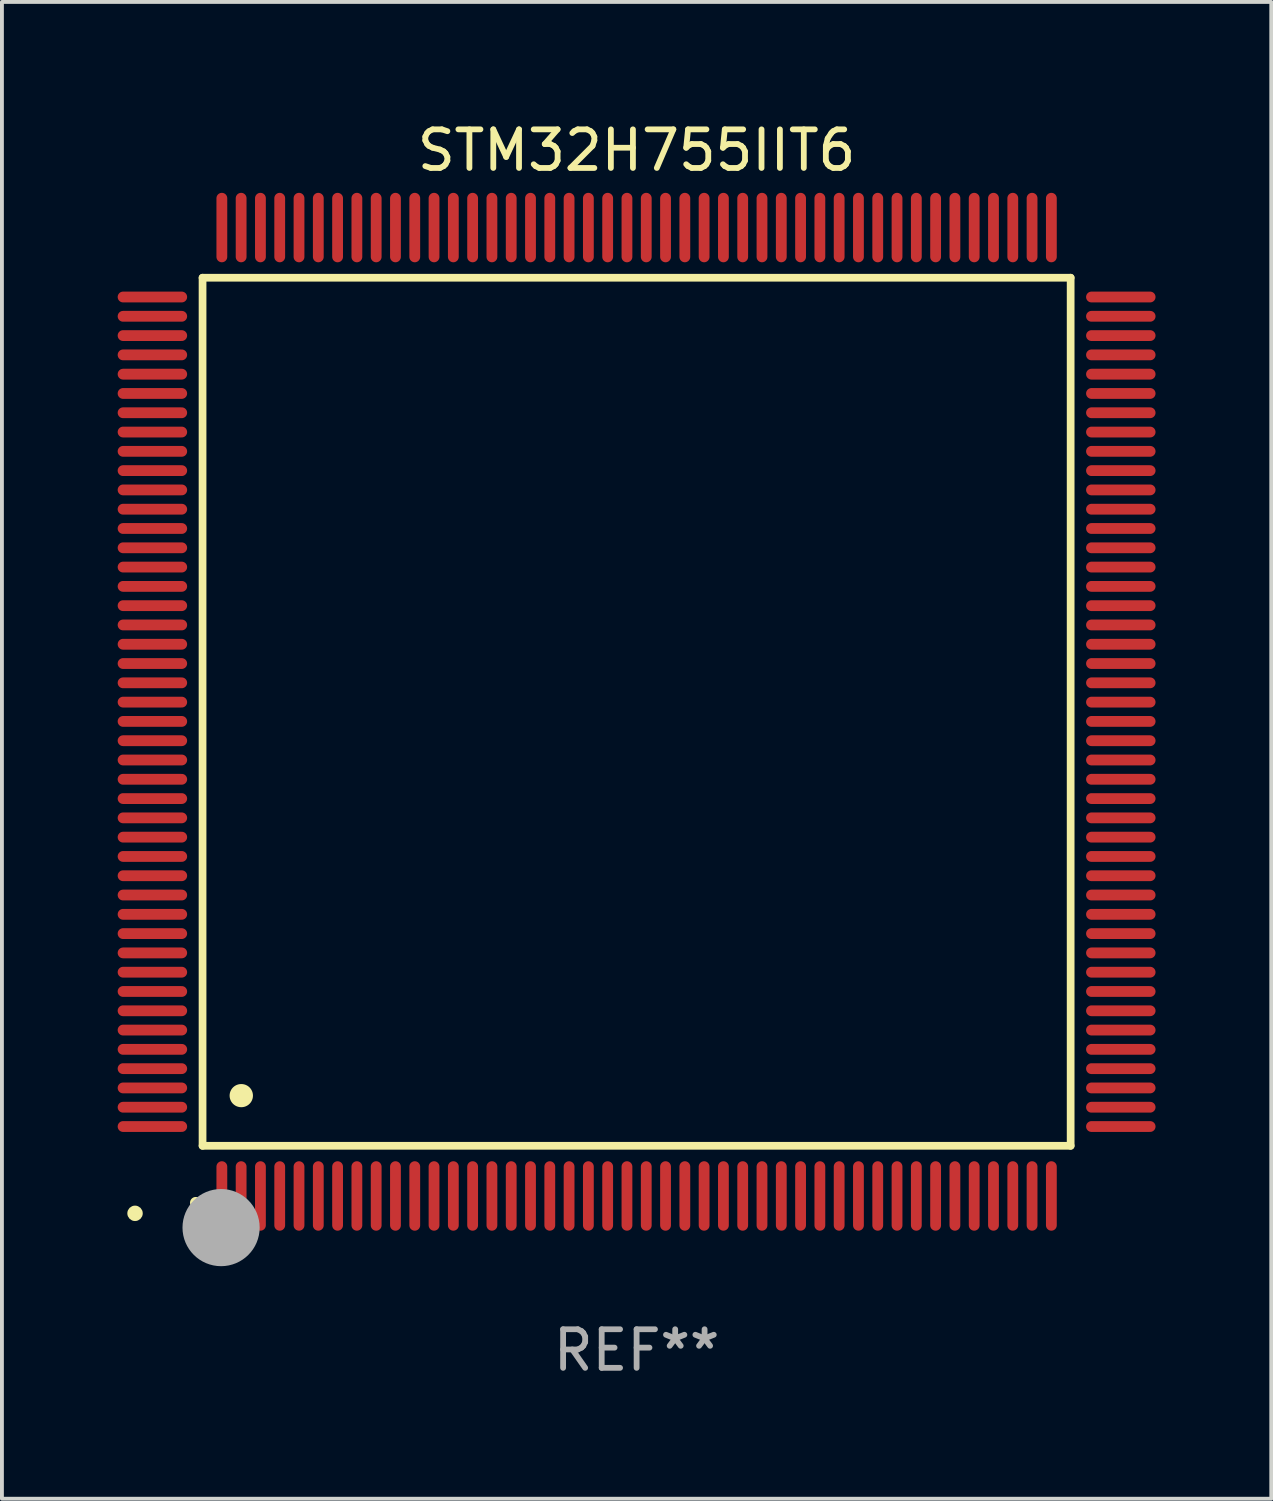
<source format=kicad_pcb>
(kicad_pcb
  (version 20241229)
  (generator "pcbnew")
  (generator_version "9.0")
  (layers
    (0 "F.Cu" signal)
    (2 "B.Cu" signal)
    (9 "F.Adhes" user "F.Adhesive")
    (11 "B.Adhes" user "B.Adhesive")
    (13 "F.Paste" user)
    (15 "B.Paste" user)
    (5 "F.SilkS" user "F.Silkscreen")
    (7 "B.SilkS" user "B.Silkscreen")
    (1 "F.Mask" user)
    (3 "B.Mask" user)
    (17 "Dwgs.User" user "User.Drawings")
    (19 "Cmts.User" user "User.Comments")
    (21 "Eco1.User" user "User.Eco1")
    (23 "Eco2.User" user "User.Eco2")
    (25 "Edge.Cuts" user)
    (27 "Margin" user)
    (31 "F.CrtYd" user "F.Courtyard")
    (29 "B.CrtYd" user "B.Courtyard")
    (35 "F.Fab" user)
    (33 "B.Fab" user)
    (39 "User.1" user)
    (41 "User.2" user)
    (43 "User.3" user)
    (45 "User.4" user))
  (footprint "STM32H755IIT6"
    (layer "F.Cu")
    (at 13.45 15.398)
    (property "Reference" "STM32H755IIT6" (at 0 -14.55 0) (layer "F.SilkS") (effects (font (size 1 1) (thickness 0.15))))
    (attr through_hole)
    (fp_line (start -11.25 -11.25) (end 11.25 -11.25) (stroke (width 0.2) (type solid)) (layer "F.SilkS"))
    (fp_line (start -11.25 11.25) (end -11.25 -11.25) (stroke (width 0.2) (type solid)) (layer "F.SilkS"))
    (fp_line (start 11.25 -11.25) (end 11.25 11.25) (stroke (width 0.2) (type solid)) (layer "F.SilkS"))
    (fp_line (start 11.25 11.25) (end -11.25 11.25) (stroke (width 0.2) (type solid)) (layer "F.SilkS"))
    (fp_arc (start -11.424943 12.725425) (mid -11.423673 12.72542) (end -11.422403 12.725425) (stroke (width 0.3) (type solid)) (layer "F.SilkS"))
    (fp_arc (start -10.24892 9.9492) (mid -10.24638 9.949189) (end -10.24384 9.9492) (stroke (width 0.6) (type solid)) (layer "F.SilkS"))
    (fp_circle (center -13 13) (end -12.9 13) (stroke (width 0.2) (type solid)) (fill no) (layer "F.SilkS"))
    (fp_circle (center -10.77 13.37) (end -10.27 13.37) (stroke (width 1) (type solid)) (fill no) (layer "F.Fab"))
    (fp_text user "REF**" (at 0 16.55 0) (layer "F.Fab") (effects (font (size 1 1) (thickness 0.15))))
    (pad "1" smd oval (at -10.75 12.55) (size 0.28 1.8) (layers "F.Cu" "F.Mask" "F.Paste"))
    (pad "2" smd oval (at -10.25 12.55) (size 0.28 1.8) (layers "F.Cu" "F.Mask" "F.Paste"))
    (pad "3" smd oval (at -9.75 12.55) (size 0.28 1.8) (layers "F.Cu" "F.Mask" "F.Paste"))
    (pad "4" smd oval (at -9.25 12.55) (size 0.28 1.8) (layers "F.Cu" "F.Mask" "F.Paste"))
    (pad "5" smd oval (at -8.75 12.55) (size 0.28 1.8) (layers "F.Cu" "F.Mask" "F.Paste"))
    (pad "6" smd oval (at -8.25 12.55) (size 0.28 1.8) (layers "F.Cu" "F.Mask" "F.Paste"))
    (pad "7" smd oval (at -7.75 12.55) (size 0.28 1.8) (layers "F.Cu" "F.Mask" "F.Paste"))
    (pad "8" smd oval (at -7.25 12.55) (size 0.28 1.8) (layers "F.Cu" "F.Mask" "F.Paste"))
    (pad "9" smd oval (at -6.75 12.55) (size 0.28 1.8) (layers "F.Cu" "F.Mask" "F.Paste"))
    (pad "10" smd oval (at -6.25 12.55) (size 0.28 1.8) (layers "F.Cu" "F.Mask" "F.Paste"))
    (pad "11" smd oval (at -5.75 12.55) (size 0.28 1.8) (layers "F.Cu" "F.Mask" "F.Paste"))
    (pad "12" smd oval (at -5.25 12.55) (size 0.28 1.8) (layers "F.Cu" "F.Mask" "F.Paste"))
    (pad "13" smd oval (at -4.75 12.55) (size 0.28 1.8) (layers "F.Cu" "F.Mask" "F.Paste"))
    (pad "14" smd oval (at -4.25 12.55) (size 0.28 1.8) (layers "F.Cu" "F.Mask" "F.Paste"))
    (pad "15" smd oval (at -3.75 12.55) (size 0.28 1.8) (layers "F.Cu" "F.Mask" "F.Paste"))
    (pad "16" smd oval (at -3.25 12.55) (size 0.28 1.8) (layers "F.Cu" "F.Mask" "F.Paste"))
    (pad "17" smd oval (at -2.75 12.55) (size 0.28 1.8) (layers "F.Cu" "F.Mask" "F.Paste"))
    (pad "18" smd oval (at -2.25 12.55) (size 0.28 1.8) (layers "F.Cu" "F.Mask" "F.Paste"))
    (pad "19" smd oval (at -1.75 12.55) (size 0.28 1.8) (layers "F.Cu" "F.Mask" "F.Paste"))
    (pad "20" smd oval (at -1.25 12.55) (size 0.28 1.8) (layers "F.Cu" "F.Mask" "F.Paste"))
    (pad "21" smd oval (at -0.75 12.55) (size 0.28 1.8) (layers "F.Cu" "F.Mask" "F.Paste"))
    (pad "22" smd oval (at -0.25 12.55) (size 0.28 1.8) (layers "F.Cu" "F.Mask" "F.Paste"))
    (pad "23" smd oval (at 0.25 12.55) (size 0.28 1.8) (layers "F.Cu" "F.Mask" "F.Paste"))
    (pad "24" smd oval (at 0.75 12.55) (size 0.28 1.8) (layers "F.Cu" "F.Mask" "F.Paste"))
    (pad "25" smd oval (at 1.25 12.55) (size 0.28 1.8) (layers "F.Cu" "F.Mask" "F.Paste"))
    (pad "26" smd oval (at 1.75 12.55) (size 0.28 1.8) (layers "F.Cu" "F.Mask" "F.Paste"))
    (pad "27" smd oval (at 2.25 12.55) (size 0.28 1.8) (layers "F.Cu" "F.Mask" "F.Paste"))
    (pad "28" smd oval (at 2.75 12.55) (size 0.28 1.8) (layers "F.Cu" "F.Mask" "F.Paste"))
    (pad "29" smd oval (at 3.25 12.55) (size 0.28 1.8) (layers "F.Cu" "F.Mask" "F.Paste"))
    (pad "30" smd oval (at 3.75 12.55) (size 0.28 1.8) (layers "F.Cu" "F.Mask" "F.Paste"))
    (pad "31" smd oval (at 4.25 12.55) (size 0.28 1.8) (layers "F.Cu" "F.Mask" "F.Paste"))
    (pad "32" smd oval (at 4.75 12.55) (size 0.28 1.8) (layers "F.Cu" "F.Mask" "F.Paste"))
    (pad "33" smd oval (at 5.25 12.55) (size 0.28 1.8) (layers "F.Cu" "F.Mask" "F.Paste"))
    (pad "34" smd oval (at 5.75 12.55) (size 0.28 1.8) (layers "F.Cu" "F.Mask" "F.Paste"))
    (pad "35" smd oval (at 6.25 12.55) (size 0.28 1.8) (layers "F.Cu" "F.Mask" "F.Paste"))
    (pad "36" smd oval (at 6.75 12.55) (size 0.28 1.8) (layers "F.Cu" "F.Mask" "F.Paste"))
    (pad "37" smd oval (at 7.25 12.55) (size 0.28 1.8) (layers "F.Cu" "F.Mask" "F.Paste"))
    (pad "38" smd oval (at 7.75 12.55) (size 0.28 1.8) (layers "F.Cu" "F.Mask" "F.Paste"))
    (pad "39" smd oval (at 8.25 12.55) (size 0.28 1.8) (layers "F.Cu" "F.Mask" "F.Paste"))
    (pad "40" smd oval (at 8.75 12.55) (size 0.28 1.8) (layers "F.Cu" "F.Mask" "F.Paste"))
    (pad "41" smd oval (at 9.25 12.55) (size 0.28 1.8) (layers "F.Cu" "F.Mask" "F.Paste"))
    (pad "42" smd oval (at 9.75 12.55) (size 0.28 1.8) (layers "F.Cu" "F.Mask" "F.Paste"))
    (pad "43" smd oval (at 10.25 12.55) (size 0.28 1.8) (layers "F.Cu" "F.Mask" "F.Paste"))
    (pad "44" smd oval (at 10.75 12.55) (size 0.28 1.8) (layers "F.Cu" "F.Mask" "F.Paste"))
    (pad "45" smd oval (at 12.55 10.75) (size 1.8 0.28) (layers "F.Cu" "F.Mask" "F.Paste"))
    (pad "46" smd oval (at 12.55 10.25) (size 1.8 0.28) (layers "F.Cu" "F.Mask" "F.Paste"))
    (pad "47" smd oval (at 12.55 9.75) (size 1.8 0.28) (layers "F.Cu" "F.Mask" "F.Paste"))
    (pad "48" smd oval (at 12.55 9.25) (size 1.8 0.28) (layers "F.Cu" "F.Mask" "F.Paste"))
    (pad "49" smd oval (at 12.55 8.75) (size 1.8 0.28) (layers "F.Cu" "F.Mask" "F.Paste"))
    (pad "50" smd oval (at 12.55 8.25) (size 1.8 0.28) (layers "F.Cu" "F.Mask" "F.Paste"))
    (pad "51" smd oval (at 12.55 7.75) (size 1.8 0.28) (layers "F.Cu" "F.Mask" "F.Paste"))
    (pad "52" smd oval (at 12.55 7.25) (size 1.8 0.28) (layers "F.Cu" "F.Mask" "F.Paste"))
    (pad "53" smd oval (at 12.55 6.75) (size 1.8 0.28) (layers "F.Cu" "F.Mask" "F.Paste"))
    (pad "54" smd oval (at 12.55 6.25) (size 1.8 0.28) (layers "F.Cu" "F.Mask" "F.Paste"))
    (pad "55" smd oval (at 12.55 5.75) (size 1.8 0.28) (layers "F.Cu" "F.Mask" "F.Paste"))
    (pad "56" smd oval (at 12.55 5.25) (size 1.8 0.28) (layers "F.Cu" "F.Mask" "F.Paste"))
    (pad "57" smd oval (at 12.55 4.75) (size 1.8 0.28) (layers "F.Cu" "F.Mask" "F.Paste"))
    (pad "58" smd oval (at 12.55 4.25) (size 1.8 0.28) (layers "F.Cu" "F.Mask" "F.Paste"))
    (pad "59" smd oval (at 12.55 3.75) (size 1.8 0.28) (layers "F.Cu" "F.Mask" "F.Paste"))
    (pad "60" smd oval (at 12.55 3.25) (size 1.8 0.28) (layers "F.Cu" "F.Mask" "F.Paste"))
    (pad "61" smd oval (at 12.55 2.75) (size 1.8 0.28) (layers "F.Cu" "F.Mask" "F.Paste"))
    (pad "62" smd oval (at 12.55 2.25) (size 1.8 0.28) (layers "F.Cu" "F.Mask" "F.Paste"))
    (pad "63" smd oval (at 12.55 1.75) (size 1.8 0.28) (layers "F.Cu" "F.Mask" "F.Paste"))
    (pad "64" smd oval (at 12.55 1.25) (size 1.8 0.28) (layers "F.Cu" "F.Mask" "F.Paste"))
    (pad "65" smd oval (at 12.55 0.75) (size 1.8 0.28) (layers "F.Cu" "F.Mask" "F.Paste"))
    (pad "66" smd oval (at 12.55 0.25) (size 1.8 0.28) (layers "F.Cu" "F.Mask" "F.Paste"))
    (pad "67" smd oval (at 12.55 -0.25) (size 1.8 0.28) (layers "F.Cu" "F.Mask" "F.Paste"))
    (pad "68" smd oval (at 12.55 -0.75) (size 1.8 0.28) (layers "F.Cu" "F.Mask" "F.Paste"))
    (pad "69" smd oval (at 12.55 -1.25) (size 1.8 0.28) (layers "F.Cu" "F.Mask" "F.Paste"))
    (pad "70" smd oval (at 12.55 -1.75) (size 1.8 0.28) (layers "F.Cu" "F.Mask" "F.Paste"))
    (pad "71" smd oval (at 12.55 -2.25) (size 1.8 0.28) (layers "F.Cu" "F.Mask" "F.Paste"))
    (pad "72" smd oval (at 12.55 -2.75) (size 1.8 0.28) (layers "F.Cu" "F.Mask" "F.Paste"))
    (pad "73" smd oval (at 12.55 -3.25) (size 1.8 0.28) (layers "F.Cu" "F.Mask" "F.Paste"))
    (pad "74" smd oval (at 12.55 -3.75) (size 1.8 0.28) (layers "F.Cu" "F.Mask" "F.Paste"))
    (pad "75" smd oval (at 12.55 -4.25) (size 1.8 0.28) (layers "F.Cu" "F.Mask" "F.Paste"))
    (pad "76" smd oval (at 12.55 -4.75) (size 1.8 0.28) (layers "F.Cu" "F.Mask" "F.Paste"))
    (pad "77" smd oval (at 12.55 -5.25) (size 1.8 0.28) (layers "F.Cu" "F.Mask" "F.Paste"))
    (pad "78" smd oval (at 12.55 -5.75) (size 1.8 0.28) (layers "F.Cu" "F.Mask" "F.Paste"))
    (pad "79" smd oval (at 12.55 -6.25) (size 1.8 0.28) (layers "F.Cu" "F.Mask" "F.Paste"))
    (pad "80" smd oval (at 12.55 -6.75) (size 1.8 0.28) (layers "F.Cu" "F.Mask" "F.Paste"))
    (pad "81" smd oval (at 12.55 -7.25) (size 1.8 0.28) (layers "F.Cu" "F.Mask" "F.Paste"))
    (pad "82" smd oval (at 12.55 -7.75) (size 1.8 0.28) (layers "F.Cu" "F.Mask" "F.Paste"))
    (pad "83" smd oval (at 12.55 -8.25) (size 1.8 0.28) (layers "F.Cu" "F.Mask" "F.Paste"))
    (pad "84" smd oval (at 12.55 -8.75) (size 1.8 0.28) (layers "F.Cu" "F.Mask" "F.Paste"))
    (pad "85" smd oval (at 12.55 -9.25) (size 1.8 0.28) (layers "F.Cu" "F.Mask" "F.Paste"))
    (pad "86" smd oval (at 12.55 -9.75) (size 1.8 0.28) (layers "F.Cu" "F.Mask" "F.Paste"))
    (pad "87" smd oval (at 12.55 -10.25) (size 1.8 0.28) (layers "F.Cu" "F.Mask" "F.Paste"))
    (pad "88" smd oval (at 12.55 -10.75) (size 1.8 0.28) (layers "F.Cu" "F.Mask" "F.Paste"))
    (pad "89" smd oval (at 10.75 -12.55) (size 0.28 1.8) (layers "F.Cu" "F.Mask" "F.Paste"))
    (pad "90" smd oval (at 10.25 -12.55) (size 0.28 1.8) (layers "F.Cu" "F.Mask" "F.Paste"))
    (pad "91" smd oval (at 9.75 -12.55) (size 0.28 1.8) (layers "F.Cu" "F.Mask" "F.Paste"))
    (pad "92" smd oval (at 9.25 -12.55) (size 0.28 1.8) (layers "F.Cu" "F.Mask" "F.Paste"))
    (pad "93" smd oval (at 8.75 -12.55) (size 0.28 1.8) (layers "F.Cu" "F.Mask" "F.Paste"))
    (pad "94" smd oval (at 8.25 -12.55) (size 0.28 1.8) (layers "F.Cu" "F.Mask" "F.Paste"))
    (pad "95" smd oval (at 7.75 -12.55) (size 0.28 1.8) (layers "F.Cu" "F.Mask" "F.Paste"))
    (pad "96" smd oval (at 7.25 -12.55) (size 0.28 1.8) (layers "F.Cu" "F.Mask" "F.Paste"))
    (pad "97" smd oval (at 6.75 -12.55) (size 0.28 1.8) (layers "F.Cu" "F.Mask" "F.Paste"))
    (pad "98" smd oval (at 6.25 -12.55) (size 0.28 1.8) (layers "F.Cu" "F.Mask" "F.Paste"))
    (pad "99" smd oval (at 5.75 -12.55) (size 0.28 1.8) (layers "F.Cu" "F.Mask" "F.Paste"))
    (pad "100" smd oval (at 5.25 -12.55) (size 0.28 1.8) (layers "F.Cu" "F.Mask" "F.Paste"))
    (pad "101" smd oval (at 4.75 -12.55) (size 0.28 1.8) (layers "F.Cu" "F.Mask" "F.Paste"))
    (pad "102" smd oval (at 4.25 -12.55) (size 0.28 1.8) (layers "F.Cu" "F.Mask" "F.Paste"))
    (pad "103" smd oval (at 3.75 -12.55) (size 0.28 1.8) (layers "F.Cu" "F.Mask" "F.Paste"))
    (pad "104" smd oval (at 3.25 -12.55) (size 0.28 1.8) (layers "F.Cu" "F.Mask" "F.Paste"))
    (pad "105" smd oval (at 2.75 -12.55) (size 0.28 1.8) (layers "F.Cu" "F.Mask" "F.Paste"))
    (pad "106" smd oval (at 2.25 -12.55) (size 0.28 1.8) (layers "F.Cu" "F.Mask" "F.Paste"))
    (pad "107" smd oval (at 1.75 -12.55) (size 0.28 1.8) (layers "F.Cu" "F.Mask" "F.Paste"))
    (pad "108" smd oval (at 1.25 -12.55) (size 0.28 1.8) (layers "F.Cu" "F.Mask" "F.Paste"))
    (pad "109" smd oval (at 0.75 -12.55) (size 0.28 1.8) (layers "F.Cu" "F.Mask" "F.Paste"))
    (pad "110" smd oval (at 0.25 -12.55) (size 0.28 1.8) (layers "F.Cu" "F.Mask" "F.Paste"))
    (pad "111" smd oval (at -0.25 -12.55) (size 0.28 1.8) (layers "F.Cu" "F.Mask" "F.Paste"))
    (pad "112" smd oval (at -0.75 -12.55) (size 0.28 1.8) (layers "F.Cu" "F.Mask" "F.Paste"))
    (pad "113" smd oval (at -1.25 -12.55) (size 0.28 1.8) (layers "F.Cu" "F.Mask" "F.Paste"))
    (pad "114" smd oval (at -1.75 -12.55) (size 0.28 1.8) (layers "F.Cu" "F.Mask" "F.Paste"))
    (pad "115" smd oval (at -2.25 -12.55) (size 0.28 1.8) (layers "F.Cu" "F.Mask" "F.Paste"))
    (pad "116" smd oval (at -2.75 -12.55) (size 0.28 1.8) (layers "F.Cu" "F.Mask" "F.Paste"))
    (pad "117" smd oval (at -3.25 -12.55) (size 0.28 1.8) (layers "F.Cu" "F.Mask" "F.Paste"))
    (pad "118" smd oval (at -3.75 -12.55) (size 0.28 1.8) (layers "F.Cu" "F.Mask" "F.Paste"))
    (pad "119" smd oval (at -4.25 -12.55) (size 0.28 1.8) (layers "F.Cu" "F.Mask" "F.Paste"))
    (pad "120" smd oval (at -4.75 -12.55) (size 0.28 1.8) (layers "F.Cu" "F.Mask" "F.Paste"))
    (pad "121" smd oval (at -5.25 -12.55) (size 0.28 1.8) (layers "F.Cu" "F.Mask" "F.Paste"))
    (pad "122" smd oval (at -5.75 -12.55) (size 0.28 1.8) (layers "F.Cu" "F.Mask" "F.Paste"))
    (pad "123" smd oval (at -6.25 -12.55) (size 0.28 1.8) (layers "F.Cu" "F.Mask" "F.Paste"))
    (pad "124" smd oval (at -6.75 -12.55) (size 0.28 1.8) (layers "F.Cu" "F.Mask" "F.Paste"))
    (pad "125" smd oval (at -7.25 -12.55) (size 0.28 1.8) (layers "F.Cu" "F.Mask" "F.Paste"))
    (pad "126" smd oval (at -7.75 -12.55) (size 0.28 1.8) (layers "F.Cu" "F.Mask" "F.Paste"))
    (pad "127" smd oval (at -8.25 -12.55) (size 0.28 1.8) (layers "F.Cu" "F.Mask" "F.Paste"))
    (pad "128" smd oval (at -8.75 -12.55) (size 0.28 1.8) (layers "F.Cu" "F.Mask" "F.Paste"))
    (pad "129" smd oval (at -9.25 -12.55) (size 0.28 1.8) (layers "F.Cu" "F.Mask" "F.Paste"))
    (pad "130" smd oval (at -9.75 -12.55) (size 0.28 1.8) (layers "F.Cu" "F.Mask" "F.Paste"))
    (pad "131" smd oval (at -10.25 -12.55) (size 0.28 1.8) (layers "F.Cu" "F.Mask" "F.Paste"))
    (pad "132" smd oval (at -10.75 -12.55) (size 0.28 1.8) (layers "F.Cu" "F.Mask" "F.Paste"))
    (pad "133" smd oval (at -12.55 -10.75) (size 1.8 0.28) (layers "F.Cu" "F.Mask" "F.Paste"))
    (pad "134" smd oval (at -12.55 -10.25) (size 1.8 0.28) (layers "F.Cu" "F.Mask" "F.Paste"))
    (pad "135" smd oval (at -12.55 -9.75) (size 1.8 0.28) (layers "F.Cu" "F.Mask" "F.Paste"))
    (pad "136" smd oval (at -12.55 -9.25) (size 1.8 0.28) (layers "F.Cu" "F.Mask" "F.Paste"))
    (pad "137" smd oval (at -12.55 -8.75) (size 1.8 0.28) (layers "F.Cu" "F.Mask" "F.Paste"))
    (pad "138" smd oval (at -12.55 -8.25) (size 1.8 0.28) (layers "F.Cu" "F.Mask" "F.Paste"))
    (pad "139" smd oval (at -12.55 -7.75) (size 1.8 0.28) (layers "F.Cu" "F.Mask" "F.Paste"))
    (pad "140" smd oval (at -12.55 -7.25) (size 1.8 0.28) (layers "F.Cu" "F.Mask" "F.Paste"))
    (pad "141" smd oval (at -12.55 -6.75) (size 1.8 0.28) (layers "F.Cu" "F.Mask" "F.Paste"))
    (pad "142" smd oval (at -12.55 -6.25) (size 1.8 0.28) (layers "F.Cu" "F.Mask" "F.Paste"))
    (pad "143" smd oval (at -12.55 -5.75) (size 1.8 0.28) (layers "F.Cu" "F.Mask" "F.Paste"))
    (pad "144" smd oval (at -12.55 -5.25) (size 1.8 0.28) (layers "F.Cu" "F.Mask" "F.Paste"))
    (pad "145" smd oval (at -12.55 -4.75) (size 1.8 0.28) (layers "F.Cu" "F.Mask" "F.Paste"))
    (pad "146" smd oval (at -12.55 -4.25) (size 1.8 0.28) (layers "F.Cu" "F.Mask" "F.Paste"))
    (pad "147" smd oval (at -12.55 -3.75) (size 1.8 0.28) (layers "F.Cu" "F.Mask" "F.Paste"))
    (pad "148" smd oval (at -12.55 -3.25) (size 1.8 0.28) (layers "F.Cu" "F.Mask" "F.Paste"))
    (pad "149" smd oval (at -12.55 -2.75) (size 1.8 0.28) (layers "F.Cu" "F.Mask" "F.Paste"))
    (pad "150" smd oval (at -12.55 -2.25) (size 1.8 0.28) (layers "F.Cu" "F.Mask" "F.Paste"))
    (pad "151" smd oval (at -12.55 -1.75) (size 1.8 0.28) (layers "F.Cu" "F.Mask" "F.Paste"))
    (pad "152" smd oval (at -12.55 -1.25) (size 1.8 0.28) (layers "F.Cu" "F.Mask" "F.Paste"))
    (pad "153" smd oval (at -12.55 -0.75) (size 1.8 0.28) (layers "F.Cu" "F.Mask" "F.Paste"))
    (pad "154" smd oval (at -12.55 -0.25) (size 1.8 0.28) (layers "F.Cu" "F.Mask" "F.Paste"))
    (pad "155" smd oval (at -12.55 0.25) (size 1.8 0.28) (layers "F.Cu" "F.Mask" "F.Paste"))
    (pad "156" smd oval (at -12.55 0.75) (size 1.8 0.28) (layers "F.Cu" "F.Mask" "F.Paste"))
    (pad "157" smd oval (at -12.55 1.25) (size 1.8 0.28) (layers "F.Cu" "F.Mask" "F.Paste"))
    (pad "158" smd oval (at -12.55 1.75) (size 1.8 0.28) (layers "F.Cu" "F.Mask" "F.Paste"))
    (pad "159" smd oval (at -12.55 2.25) (size 1.8 0.28) (layers "F.Cu" "F.Mask" "F.Paste"))
    (pad "160" smd oval (at -12.55 2.75) (size 1.8 0.28) (layers "F.Cu" "F.Mask" "F.Paste"))
    (pad "161" smd oval (at -12.55 3.25) (size 1.8 0.28) (layers "F.Cu" "F.Mask" "F.Paste"))
    (pad "162" smd oval (at -12.55 3.75) (size 1.8 0.28) (layers "F.Cu" "F.Mask" "F.Paste"))
    (pad "163" smd oval (at -12.55 4.25) (size 1.8 0.28) (layers "F.Cu" "F.Mask" "F.Paste"))
    (pad "164" smd oval (at -12.55 4.75) (size 1.8 0.28) (layers "F.Cu" "F.Mask" "F.Paste"))
    (pad "165" smd oval (at -12.55 5.25) (size 1.8 0.28) (layers "F.Cu" "F.Mask" "F.Paste"))
    (pad "166" smd oval (at -12.55 5.75) (size 1.8 0.28) (layers "F.Cu" "F.Mask" "F.Paste"))
    (pad "167" smd oval (at -12.55 6.25) (size 1.8 0.28) (layers "F.Cu" "F.Mask" "F.Paste"))
    (pad "168" smd oval (at -12.55 6.75) (size 1.8 0.28) (layers "F.Cu" "F.Mask" "F.Paste"))
    (pad "169" smd oval (at -12.55 7.25) (size 1.8 0.28) (layers "F.Cu" "F.Mask" "F.Paste"))
    (pad "170" smd oval (at -12.55 7.75) (size 1.8 0.28) (layers "F.Cu" "F.Mask" "F.Paste"))
    (pad "171" smd oval (at -12.55 8.25) (size 1.8 0.28) (layers "F.Cu" "F.Mask" "F.Paste"))
    (pad "172" smd oval (at -12.55 8.75) (size 1.8 0.28) (layers "F.Cu" "F.Mask" "F.Paste"))
    (pad "173" smd oval (at -12.55 9.25) (size 1.8 0.28) (layers "F.Cu" "F.Mask" "F.Paste"))
    (pad "174" smd oval (at -12.55 9.75) (size 1.8 0.28) (layers "F.Cu" "F.Mask" "F.Paste"))
    (pad "175" smd oval (at -12.55 10.25) (size 1.8 0.28) (layers "F.Cu" "F.Mask" "F.Paste"))
    (pad "176" smd oval (at -12.55 10.75) (size 1.8 0.28) (layers "F.Cu" "F.Mask" "F.Paste")))
  (gr_rect
    (start -3 -3)
    (end 29.9 35.796)
    (stroke (width 0.1) (type default))
    (fill no)
    (layer "Edge.Cuts")))
</source>
